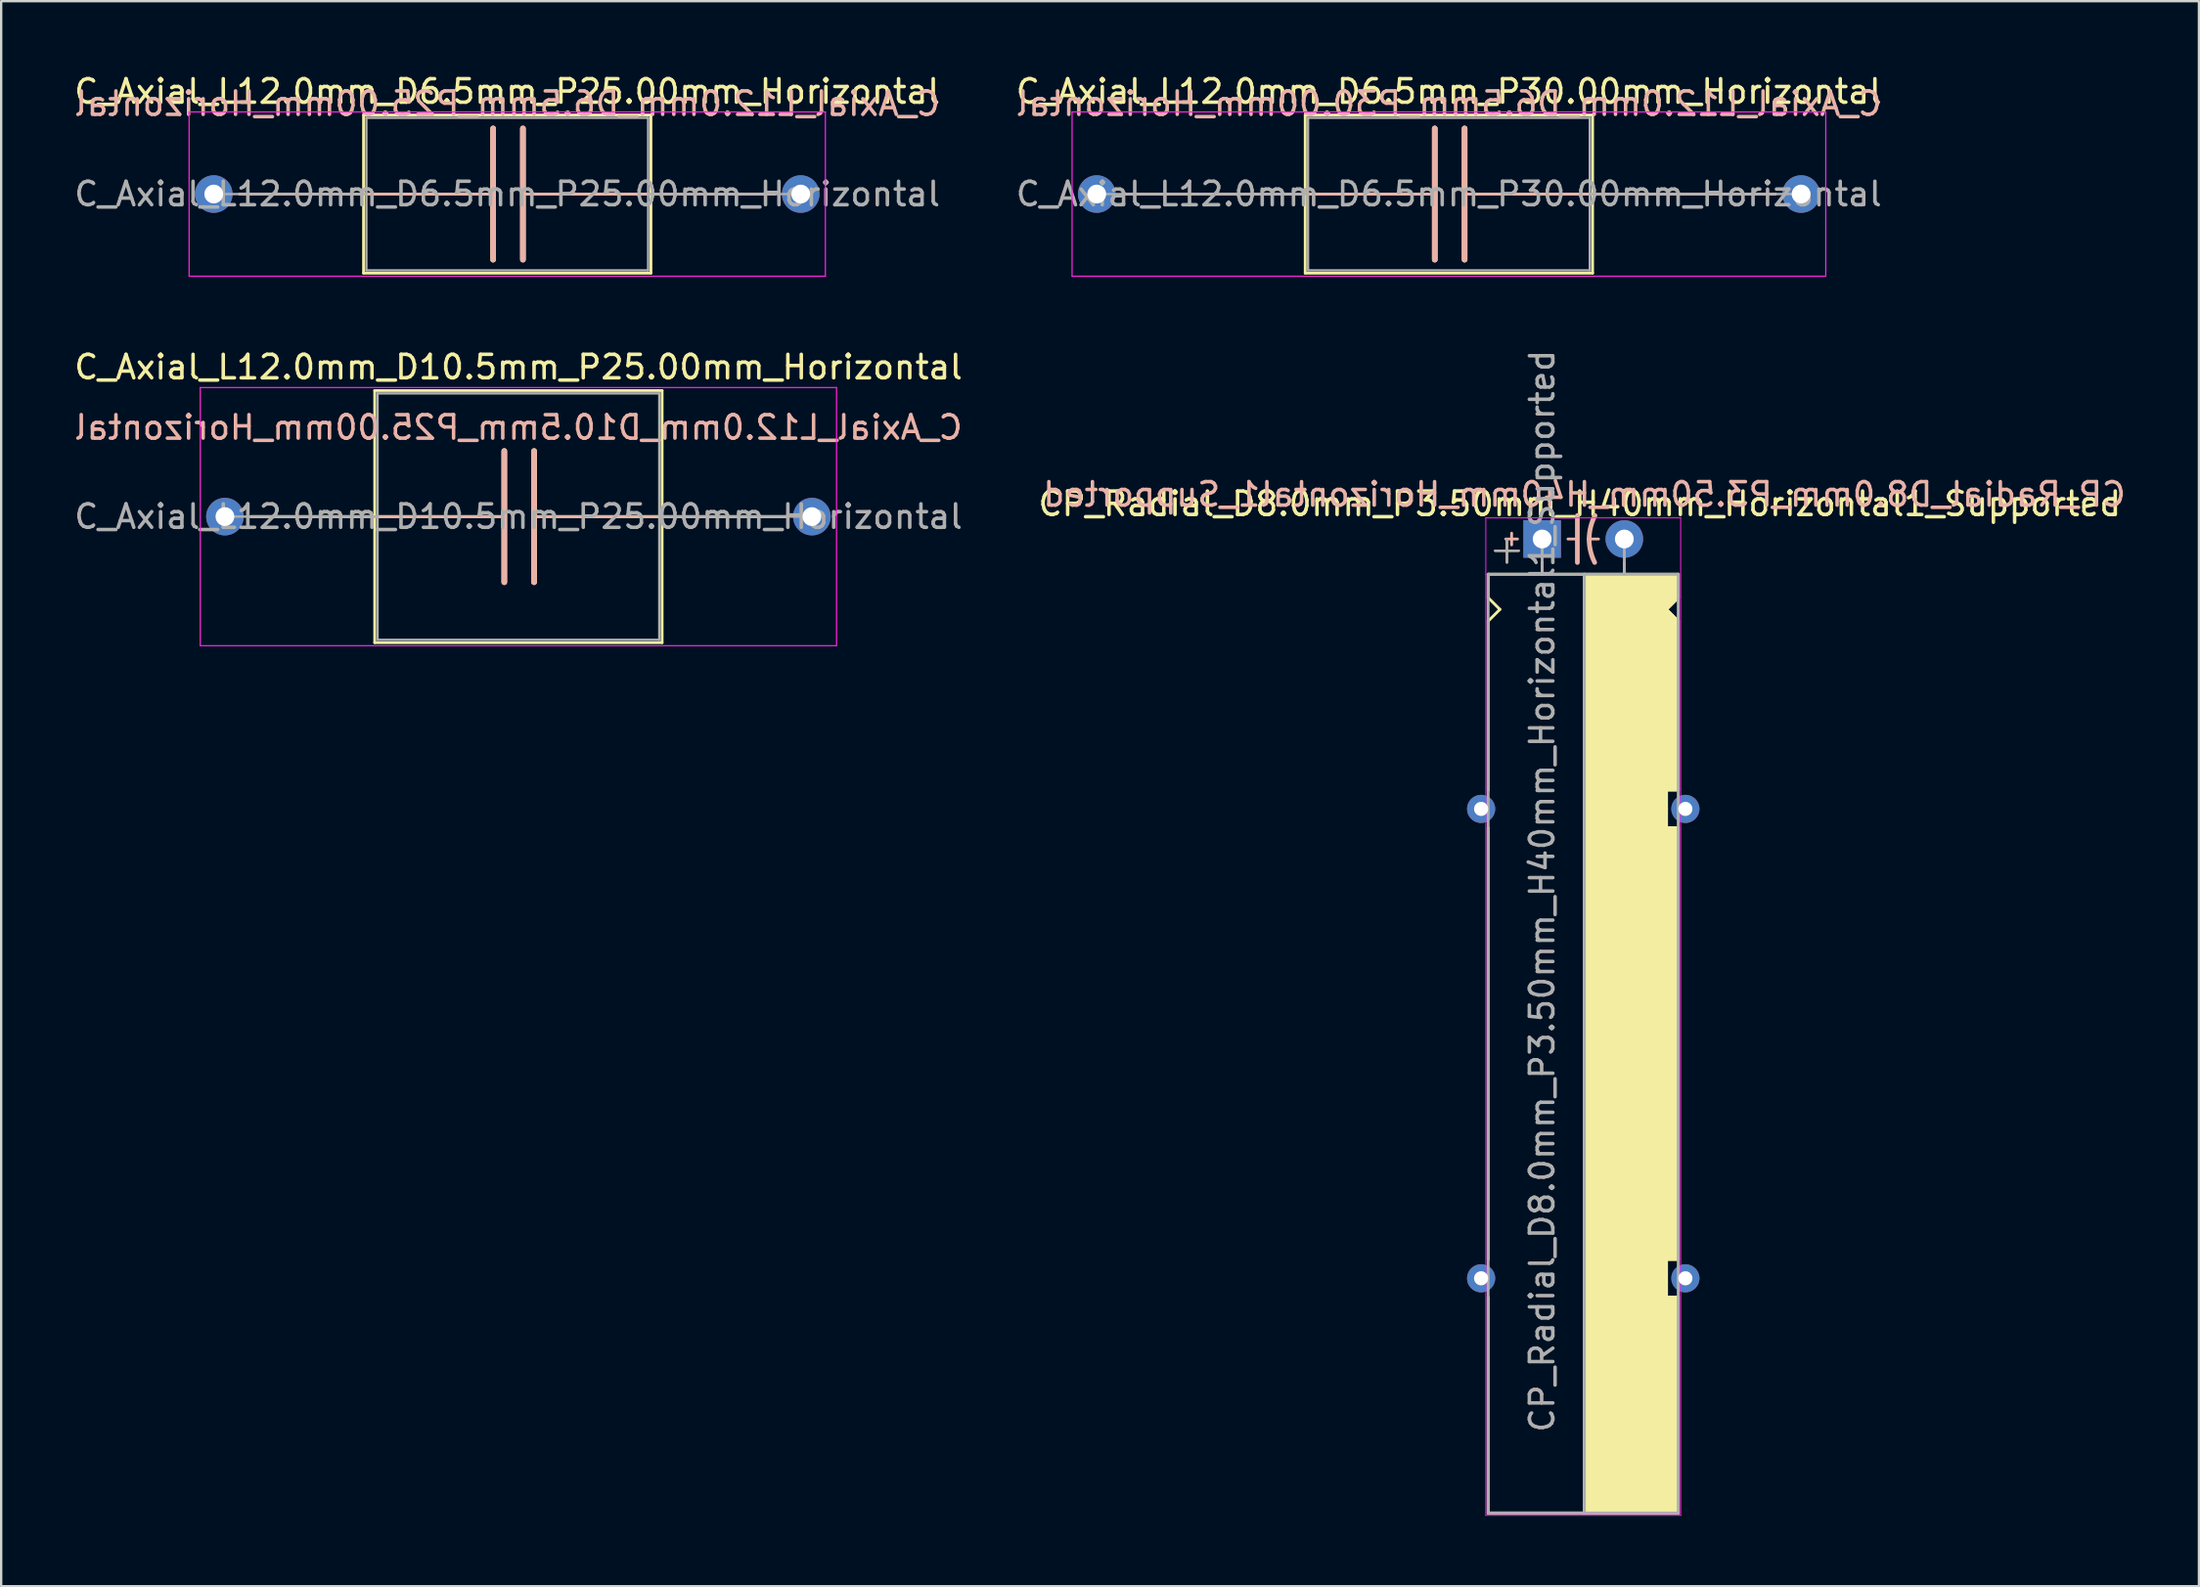
<source format=kicad_pcb>
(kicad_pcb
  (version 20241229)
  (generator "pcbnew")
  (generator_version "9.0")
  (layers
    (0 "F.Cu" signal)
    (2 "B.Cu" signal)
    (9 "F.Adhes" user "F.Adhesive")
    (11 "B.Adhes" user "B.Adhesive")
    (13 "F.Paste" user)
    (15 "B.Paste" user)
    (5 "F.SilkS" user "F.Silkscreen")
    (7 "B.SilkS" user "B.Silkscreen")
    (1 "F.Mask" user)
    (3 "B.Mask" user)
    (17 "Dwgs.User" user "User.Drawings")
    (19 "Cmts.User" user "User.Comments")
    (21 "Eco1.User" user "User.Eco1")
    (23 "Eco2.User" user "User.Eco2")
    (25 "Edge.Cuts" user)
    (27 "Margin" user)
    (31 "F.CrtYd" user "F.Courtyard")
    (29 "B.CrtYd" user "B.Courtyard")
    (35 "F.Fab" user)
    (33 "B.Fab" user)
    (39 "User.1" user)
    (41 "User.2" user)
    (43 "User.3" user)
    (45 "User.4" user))
  (footprint "C_Axial_L12.0mm_D6.5mm_P25.00mm_Horizontal"
    (layer "F.Cu")
    (at 6.054 5.218)
    (property "Reference" "C_Axial_L12.0mm_D6.5mm_P25.00mm_Horizontal" (at 12.5 -4.37 0) (layer "F.SilkS") (effects (font (size 1 1) (thickness 0.15))))
    (fp_line (start 1.1 0) (end 6.38 0) (stroke (width 0.12) (type solid)) (layer "F.SilkS"))
    (fp_line (start 6.38 -3.37) (end 6.38 3.37) (stroke (width 0.12) (type solid)) (layer "F.SilkS"))
    (fp_line (start 6.38 0) (end 11.898 0) (stroke (width 0.12) (type solid)) (layer "F.SilkS"))
    (fp_line (start 6.38 3.37) (end 18.62 3.37) (stroke (width 0.12) (type solid)) (layer "F.SilkS"))
    (fp_line (start 11.898 -2.794) (end 11.898 2.794) (stroke (width 0.24) (type solid)) (layer "F.SilkS"))
    (fp_line (start 13.168 2.794) (end 13.168 -2.794) (stroke (width 0.24) (type solid)) (layer "F.SilkS"))
    (fp_line (start 18.62 -3.37) (end 6.38 -3.37) (stroke (width 0.12) (type solid)) (layer "F.SilkS"))
    (fp_line (start 18.62 0) (end 13.168 0) (stroke (width 0.12) (type solid)) (layer "F.SilkS"))
    (fp_line (start 18.62 3.37) (end 18.62 -3.37) (stroke (width 0.12) (type solid)) (layer "F.SilkS"))
    (fp_line (start 23.9 0) (end 18.62 0) (stroke (width 0.12) (type solid)) (layer "F.SilkS"))
    (fp_line (start 1.1 0) (end 6.38 0) (stroke (width 0.12) (type solid)) (layer "B.SilkS"))
    (fp_line (start 6.38 0) (end 11.898 0) (stroke (width 0.12) (type solid)) (layer "B.SilkS"))
    (fp_line (start 11.898 2.794) (end 11.898 -2.794) (stroke (width 0.24) (type solid)) (layer "B.SilkS"))
    (fp_line (start 13.168 -2.794) (end 13.168 2.794) (stroke (width 0.24) (type solid)) (layer "B.SilkS"))
    (fp_line (start 18.62 0) (end 13.168 0) (stroke (width 0.12) (type solid)) (layer "B.SilkS"))
    (fp_line (start 23.9 0) (end 18.62 0) (stroke (width 0.12) (type solid)) (layer "B.SilkS"))
    (fp_line (start -1.05 -3.5) (end -1.05 3.5) (stroke (width 0.05) (type solid)) (layer "F.CrtYd"))
    (fp_line (start -1.05 3.5) (end 26.05 3.5) (stroke (width 0.05) (type solid)) (layer "F.CrtYd"))
    (fp_line (start 26.05 -3.5) (end -1.05 -3.5) (stroke (width 0.05) (type solid)) (layer "F.CrtYd"))
    (fp_line (start 26.05 3.5) (end 26.05 -3.5) (stroke (width 0.05) (type solid)) (layer "F.CrtYd"))
    (fp_line (start 0 0) (end 6.5 0) (stroke (width 0.1) (type solid)) (layer "F.Fab"))
    (fp_line (start 6.5 -3.25) (end 6.5 3.25) (stroke (width 0.1) (type solid)) (layer "F.Fab"))
    (fp_line (start 6.5 3.25) (end 18.5 3.25) (stroke (width 0.1) (type solid)) (layer "F.Fab"))
    (fp_line (start 18.5 -3.25) (end 6.5 -3.25) (stroke (width 0.1) (type solid)) (layer "F.Fab"))
    (fp_line (start 18.5 3.25) (end 18.5 -3.25) (stroke (width 0.1) (type solid)) (layer "F.Fab"))
    (fp_line (start 25 0) (end 18.5 0) (stroke (width 0.1) (type solid)) (layer "F.Fab"))
    (fp_text user "${REFERENCE}" (at 12.5 -3.85 0) (layer "B.SilkS") (effects (font (size 1 1) (thickness 0.15)) (justify mirror)))
    (fp_text user "${REFERENCE}" (at 12.5 0 0) (layer "F.Fab") (effects (font (size 1 1) (thickness 0.15))))
    (pad "1" thru_hole circle (at 0 0) (size 1.6 1.6) (drill 0.8) (layers "*.Cu" "*.Mask"))
    (pad "2" thru_hole oval (at 25 0) (size 1.6 1.6) (drill 0.8) (layers "*.Cu" "*.Mask")))
  (footprint "C_Axial_L12.0mm_D10.5mm_P25.00mm_Horizontal"
    (layer "F.Cu")
    (at 6.53 18.962)
    (property "Reference" "C_Axial_L12.0mm_D10.5mm_P25.00mm_Horizontal" (at 12.5 -6.37 0) (layer "F.SilkS") (effects (font (size 1 1) (thickness 0.15))))
    (fp_line (start 1.1 0) (end 6.38 0) (stroke (width 0.12) (type solid)) (layer "F.SilkS"))
    (fp_line (start 6.38 -5.37) (end 6.38 5.37) (stroke (width 0.12) (type solid)) (layer "F.SilkS"))
    (fp_line (start 6.38 0) (end 11.898 0) (stroke (width 0.12) (type solid)) (layer "F.SilkS"))
    (fp_line (start 6.38 5.37) (end 18.62 5.37) (stroke (width 0.12) (type solid)) (layer "F.SilkS"))
    (fp_line (start 11.898 -2.794) (end 11.898 2.794) (stroke (width 0.24) (type solid)) (layer "F.SilkS"))
    (fp_line (start 13.168 2.794) (end 13.168 -2.794) (stroke (width 0.24) (type solid)) (layer "F.SilkS"))
    (fp_line (start 18.62 -5.37) (end 6.38 -5.37) (stroke (width 0.12) (type solid)) (layer "F.SilkS"))
    (fp_line (start 18.62 0) (end 13.168 0) (stroke (width 0.12) (type solid)) (layer "F.SilkS"))
    (fp_line (start 18.62 5.37) (end 18.62 -5.37) (stroke (width 0.12) (type solid)) (layer "F.SilkS"))
    (fp_line (start 23.9 0) (end 18.62 0) (stroke (width 0.12) (type solid)) (layer "F.SilkS"))
    (fp_line (start 1.1 0) (end 6.38 0) (stroke (width 0.12) (type solid)) (layer "B.SilkS"))
    (fp_line (start 6.38 0) (end 11.898 0) (stroke (width 0.12) (type solid)) (layer "B.SilkS"))
    (fp_line (start 11.898 2.794) (end 11.898 -2.794) (stroke (width 0.24) (type solid)) (layer "B.SilkS"))
    (fp_line (start 13.168 -2.794) (end 13.168 2.794) (stroke (width 0.24) (type solid)) (layer "B.SilkS"))
    (fp_line (start 18.62 0) (end 13.168 0) (stroke (width 0.12) (type solid)) (layer "B.SilkS"))
    (fp_line (start 23.9 0) (end 18.62 0) (stroke (width 0.12) (type solid)) (layer "B.SilkS"))
    (fp_line (start -1.05 -5.5) (end -1.05 5.5) (stroke (width 0.05) (type solid)) (layer "F.CrtYd"))
    (fp_line (start -1.05 5.5) (end 26.05 5.5) (stroke (width 0.05) (type solid)) (layer "F.CrtYd"))
    (fp_line (start 26.05 -5.5) (end -1.05 -5.5) (stroke (width 0.05) (type solid)) (layer "F.CrtYd"))
    (fp_line (start 26.05 5.5) (end 26.05 -5.5) (stroke (width 0.05) (type solid)) (layer "F.CrtYd"))
    (fp_line (start 0 0) (end 6.5 0) (stroke (width 0.1) (type solid)) (layer "F.Fab"))
    (fp_line (start 6.5 -5.25) (end 6.5 5.25) (stroke (width 0.1) (type solid)) (layer "F.Fab"))
    (fp_line (start 6.5 5.25) (end 18.5 5.25) (stroke (width 0.1) (type solid)) (layer "F.Fab"))
    (fp_line (start 18.5 -5.25) (end 6.5 -5.25) (stroke (width 0.1) (type solid)) (layer "F.Fab"))
    (fp_line (start 18.5 5.25) (end 18.5 -5.25) (stroke (width 0.1) (type solid)) (layer "F.Fab"))
    (fp_line (start 25 0) (end 18.5 0) (stroke (width 0.1) (type solid)) (layer "F.Fab"))
    (fp_text user "${REFERENCE}" (at 12.5 -3.8 0) (layer "B.SilkS") (effects (font (size 1 1) (thickness 0.15)) (justify mirror)))
    (fp_text user "${REFERENCE}" (at 12.5 0 0) (layer "F.Fab") (effects (font (size 1 1) (thickness 0.15))))
    (pad "1" thru_hole circle (at 0 0) (size 1.6 1.6) (drill 0.8) (layers "*.Cu" "*.Mask"))
    (pad "2" thru_hole oval (at 25 0) (size 1.6 1.6) (drill 0.8) (layers "*.Cu" "*.Mask")))
  (footprint "C_Axial_L12.0mm_D6.5mm_P30.00mm_Horizontal"
    (layer "F.Cu")
    (at 43.661 5.218)
    (property "Reference" "C_Axial_L12.0mm_D6.5mm_P30.00mm_Horizontal" (at 15 -4.37 0) (layer "F.SilkS") (effects (font (size 1 1) (thickness 0.15))))
    (fp_line (start 1.1 0) (end 8.88 0) (stroke (width 0.12) (type solid)) (layer "F.SilkS"))
    (fp_line (start 8.88 -3.37) (end 8.88 3.37) (stroke (width 0.12) (type solid)) (layer "F.SilkS"))
    (fp_line (start 8.88 0) (end 14.398 0) (stroke (width 0.12) (type solid)) (layer "F.SilkS"))
    (fp_line (start 8.88 3.37) (end 21.12 3.37) (stroke (width 0.12) (type solid)) (layer "F.SilkS"))
    (fp_line (start 14.398 -2.794) (end 14.398 2.794) (stroke (width 0.24) (type solid)) (layer "F.SilkS"))
    (fp_line (start 15.668 2.794) (end 15.668 -2.794) (stroke (width 0.24) (type solid)) (layer "F.SilkS"))
    (fp_line (start 21.12 -3.37) (end 8.88 -3.37) (stroke (width 0.12) (type solid)) (layer "F.SilkS"))
    (fp_line (start 21.12 0) (end 15.668 0) (stroke (width 0.12) (type solid)) (layer "F.SilkS"))
    (fp_line (start 21.12 3.37) (end 21.12 -3.37) (stroke (width 0.12) (type solid)) (layer "F.SilkS"))
    (fp_line (start 28.9 0) (end 21.12 0) (stroke (width 0.12) (type solid)) (layer "F.SilkS"))
    (fp_line (start 1.1 0) (end 8.88 0) (stroke (width 0.12) (type solid)) (layer "B.SilkS"))
    (fp_line (start 8.88 0) (end 14.398 0) (stroke (width 0.12) (type solid)) (layer "B.SilkS"))
    (fp_line (start 14.398 2.794) (end 14.398 -2.794) (stroke (width 0.24) (type solid)) (layer "B.SilkS"))
    (fp_line (start 15.668 -2.794) (end 15.668 2.794) (stroke (width 0.24) (type solid)) (layer "B.SilkS"))
    (fp_line (start 21.12 0) (end 15.668 0) (stroke (width 0.12) (type solid)) (layer "B.SilkS"))
    (fp_line (start 28.9 0) (end 21.12 0) (stroke (width 0.12) (type solid)) (layer "B.SilkS"))
    (fp_line (start -1.05 -3.5) (end -1.05 3.5) (stroke (width 0.05) (type solid)) (layer "F.CrtYd"))
    (fp_line (start -1.05 3.5) (end 31.05 3.5) (stroke (width 0.05) (type solid)) (layer "F.CrtYd"))
    (fp_line (start 31.05 -3.5) (end -1.05 -3.5) (stroke (width 0.05) (type solid)) (layer "F.CrtYd"))
    (fp_line (start 31.05 3.5) (end 31.05 -3.5) (stroke (width 0.05) (type solid)) (layer "F.CrtYd"))
    (fp_line (start 0 0) (end 9 0) (stroke (width 0.1) (type solid)) (layer "F.Fab"))
    (fp_line (start 9 -3.25) (end 9 3.25) (stroke (width 0.1) (type solid)) (layer "F.Fab"))
    (fp_line (start 9 3.25) (end 21 3.25) (stroke (width 0.1) (type solid)) (layer "F.Fab"))
    (fp_line (start 21 -3.25) (end 9 -3.25) (stroke (width 0.1) (type solid)) (layer "F.Fab"))
    (fp_line (start 21 3.25) (end 21 -3.25) (stroke (width 0.1) (type solid)) (layer "F.Fab"))
    (fp_line (start 30 0) (end 21 0) (stroke (width 0.1) (type solid)) (layer "F.Fab"))
    (fp_text user "${REFERENCE}" (at 15 -3.85 0) (layer "B.SilkS") (effects (font (size 1 1) (thickness 0.15)) (justify mirror)))
    (fp_text user "${REFERENCE}" (at 15 0 0) (layer "F.Fab") (effects (font (size 1 1) (thickness 0.15))))
    (pad "1" thru_hole circle (at 0 0) (size 1.6 1.6) (drill 0.8) (layers "*.Cu" "*.Mask"))
    (pad "2" thru_hole oval (at 30 0) (size 1.6 1.6) (drill 0.8) (layers "*.Cu" "*.Mask")))
  (footprint "CP_Radial_D8.0mm_P3.50mm_H40mm_Horizontal1_Supported"
    (layer "F.Cu")
    (at 62.632 19.916)
    (property "Reference" "CP_Radial_D8.0mm_P3.50mm_H40mm_Horizontal1_Supported" (at 1.6 -1.5 0) (layer "F.SilkS") (effects (font (size 1 1) (thickness 0.15))))
    (fp_line (start -2.3 1.5) (end 5.8 1.5) (stroke (width 0.12) (type solid)) (layer "F.SilkS"))
    (fp_line (start -2.3 2.5) (end -2.3 1.5) (stroke (width 0.12) (type solid)) (layer "F.SilkS"))
    (fp_line (start -2.3 3.5) (end -2.3 10.7) (stroke (width 0.12) (type solid)) (layer "F.SilkS"))
    (fp_line (start -2.3 3.5) (end -1.8 3) (stroke (width 0.12) (type solid)) (layer "F.SilkS"))
    (fp_line (start -2.3 12.3) (end -2.3 30.7) (stroke (width 0.12) (type solid)) (layer "F.SilkS"))
    (fp_line (start -2.3 32.3) (end -2.3 41.5) (stroke (width 0.12) (type solid)) (layer "F.SilkS"))
    (fp_line (start -2.3 41.5) (end 5.8 41.5) (stroke (width 0.12) (type solid)) (layer "F.SilkS"))
    (fp_line (start -2 0.5) (end -1 0.5) (stroke (width 0.1) (type solid)) (layer "F.SilkS"))
    (fp_line (start -1.8 3) (end -2.3 2.5) (stroke (width 0.12) (type solid)) (layer "F.SilkS"))
    (fp_line (start -1.5 1) (end -1.5 0) (stroke (width 0.1) (type solid)) (layer "F.SilkS"))
    (fp_line (start 0 1) (end 0 1.5) (stroke (width 0.12) (type solid)) (layer "F.SilkS"))
    (fp_line (start 1.8 41.5) (end 1.8 1.5) (stroke (width 0.12) (type solid)) (layer "F.SilkS"))
    (fp_line (start 3.5 1) (end 3.5 1.5) (stroke (width 0.12) (type solid)) (layer "F.SilkS"))
    (fp_line (start 5.3 3) (end 5.8 2.5) (stroke (width 0.12) (type solid)) (layer "F.SilkS"))
    (fp_line (start 5.3 10.7) (end 5.8 10.7) (stroke (width 0.12) (type solid)) (layer "F.SilkS"))
    (fp_line (start 5.3 11.5) (end 5.3 10.7) (stroke (width 0.12) (type solid)) (layer "F.SilkS"))
    (fp_line (start 5.3 11.5) (end 5.3 12.3) (stroke (width 0.12) (type solid)) (layer "F.SilkS"))
    (fp_line (start 5.3 30.7) (end 5.3 32.3) (stroke (width 0.12) (type solid)) (layer "F.SilkS"))
    (fp_line (start 5.3 30.7) (end 5.8 30.7) (stroke (width 0.12) (type solid)) (layer "F.SilkS"))
    (fp_line (start 5.3 32.3) (end 5.8 32.3) (stroke (width 0.12) (type solid)) (layer "F.SilkS"))
    (fp_line (start 5.8 2.5) (end 5.8 1.5) (stroke (width 0.12) (type solid)) (layer "F.SilkS"))
    (fp_line (start 5.8 3.5) (end 5.3 3) (stroke (width 0.12) (type solid)) (layer "F.SilkS"))
    (fp_line (start 5.8 10.7) (end 5.8 3.5) (stroke (width 0.12) (type solid)) (layer "F.SilkS"))
    (fp_line (start 5.8 12.3) (end 5.3 12.3) (stroke (width 0.12) (type solid)) (layer "F.SilkS"))
    (fp_line (start 5.8 12.4) (end 5.8 12.3) (stroke (width 0.12) (type solid)) (layer "F.SilkS"))
    (fp_line (start 5.8 12.4) (end 5.8 30.7) (stroke (width 0.12) (type solid)) (layer "F.SilkS"))
    (fp_line (start 5.8 32.3) (end 5.8 41.5) (stroke (width 0.12) (type solid)) (layer "F.SilkS"))
    (fp_poly (pts (xy 5.8 2.5) (xy 5.3 3) (xy 5.8 3.5) (xy 5.8 10.7) (xy 5.3 10.7) (xy 5.3 12.3) (xy 5.8 12.3) (xy 5.8 30.7) (xy 5.3 30.7) (xy 5.3 32.3) (xy 5.8 32.3) (xy 5.8 41.5) (xy 1.8 41.5) (xy 1.8 1.5) (xy 5.8 1.5)) (stroke (width 0.1) (type solid)) (fill yes) (layer "F.SilkS"))
    (fp_line (start -1.3 -0.25) (end -1.3 0.25) (stroke (width 0.12) (type solid)) (layer "B.SilkS"))
    (fp_line (start -1.05 0) (end -1.55 0) (stroke (width 0.12) (type solid)) (layer "B.SilkS"))
    (fp_line (start 1.1 0) (end 1.5 0) (stroke (width 0.12) (type solid)) (layer "B.SilkS"))
    (fp_line (start 1.5 1) (end 1.5 -1) (stroke (width 0.2) (type solid)) (layer "B.SilkS"))
    (fp_line (start 2.4 0) (end 2 0) (stroke (width 0.12) (type solid)) (layer "B.SilkS"))
    (fp_arc (start 2 0) (mid 2.066707 -0.514573) (end 2.25 -1) (stroke (width 0.2) (type solid)) (layer "B.SilkS"))
    (fp_arc (start 2.237539 1) (mid 2.060247 0.513901) (end 2 0) (stroke (width 0.2) (type solid)) (layer "B.SilkS"))
    (fp_line (start -2.4 -0.9) (end 5.9 -0.9) (stroke (width 0.04) (type solid)) (layer "F.CrtYd"))
    (fp_line (start -2.4 1.5) (end -2.4 -0.9) (stroke (width 0.04) (type solid)) (layer "F.CrtYd"))
    (fp_line (start -2.4 41.6) (end -2.4 1.5) (stroke (width 0.04) (type solid)) (layer "F.CrtYd"))
    (fp_line (start 5.9 -0.9) (end 5.9 41.6) (stroke (width 0.04) (type solid)) (layer "F.CrtYd"))
    (fp_line (start 5.9 41.6) (end -2.4 41.6) (stroke (width 0.04) (type solid)) (layer "F.CrtYd"))
    (fp_line (start -2.3 1.5) (end 5.8 1.5) (stroke (width 0.12) (type solid)) (layer "F.Fab"))
    (fp_line (start -2.3 41.5) (end -2.3 1.5) (stroke (width 0.12) (type solid)) (layer "F.Fab"))
    (fp_line (start -2 0.5) (end -1 0.5) (stroke (width 0.1) (type solid)) (layer "F.Fab"))
    (fp_line (start -1.5 1) (end -1.5 0) (stroke (width 0.1) (type solid)) (layer "F.Fab"))
    (fp_line (start 0 1.5) (end 0 0) (stroke (width 0.12) (type solid)) (layer "F.Fab"))
    (fp_line (start 1.8 1.5) (end 1.8 41.5) (stroke (width 0.12) (type solid)) (layer "F.Fab"))
    (fp_line (start 3.5 1.5) (end 3.5 0) (stroke (width 0.12) (type solid)) (layer "F.Fab"))
    (fp_line (start 5.8 1.5) (end 5.8 41.5) (stroke (width 0.12) (type solid)) (layer "F.Fab"))
    (fp_line (start 5.8 41.5) (end -2.3 41.5) (stroke (width 0.12) (type solid)) (layer "F.Fab"))
    (fp_poly (pts (xy 5.8 41.5) (xy 1.8 41.5) (xy 1.8 1.5) (xy 5.8 1.5)) (stroke (width 0.1) (type solid)) (fill no) (layer "F.Fab"))
    (fp_text user "${REFERENCE}" (at 1.8 -1.9 0) (layer "B.SilkS") (effects (font (size 1 1) (thickness 0.15)) (justify mirror)))
    (fp_text user "${REFERENCE}" (at 0 15 90) (layer "F.Fab") (effects (font (size 1 1) (thickness 0.15))))
    (pad "1" thru_hole rect (at 0 0) (size 1.6 1.6) (drill 0.8) (layers "*.Cu" "*.Mask"))
    (pad "2" thru_hole circle (at 3.5 0) (size 1.6 1.6) (drill 0.8) (layers "*.Cu" "*.Mask"))
    (pad "~" thru_hole circle (at -2.6 11.5) (size 1.2 1.2) (drill 0.6) (layers "*.Cu" "*.Mask"))
    (pad "~" thru_hole circle (at -2.6 31.5) (size 1.2 1.2) (drill 0.6) (layers "*.Cu" "*.Mask"))
    (pad "~" thru_hole circle (at 6.1 11.5) (size 1.2 1.2) (drill 0.6) (layers "*.Cu" "*.Mask"))
    (pad "~" thru_hole circle (at 6.1 31.5) (size 1.2 1.2) (drill 0.6) (layers "*.Cu" "*.Mask")))
  (gr_rect
    (start -3 -3)
    (end 90.605 64.536)
    (stroke (width 0.1) (type default))
    (fill no)
    (layer "Edge.Cuts")))
</source>
